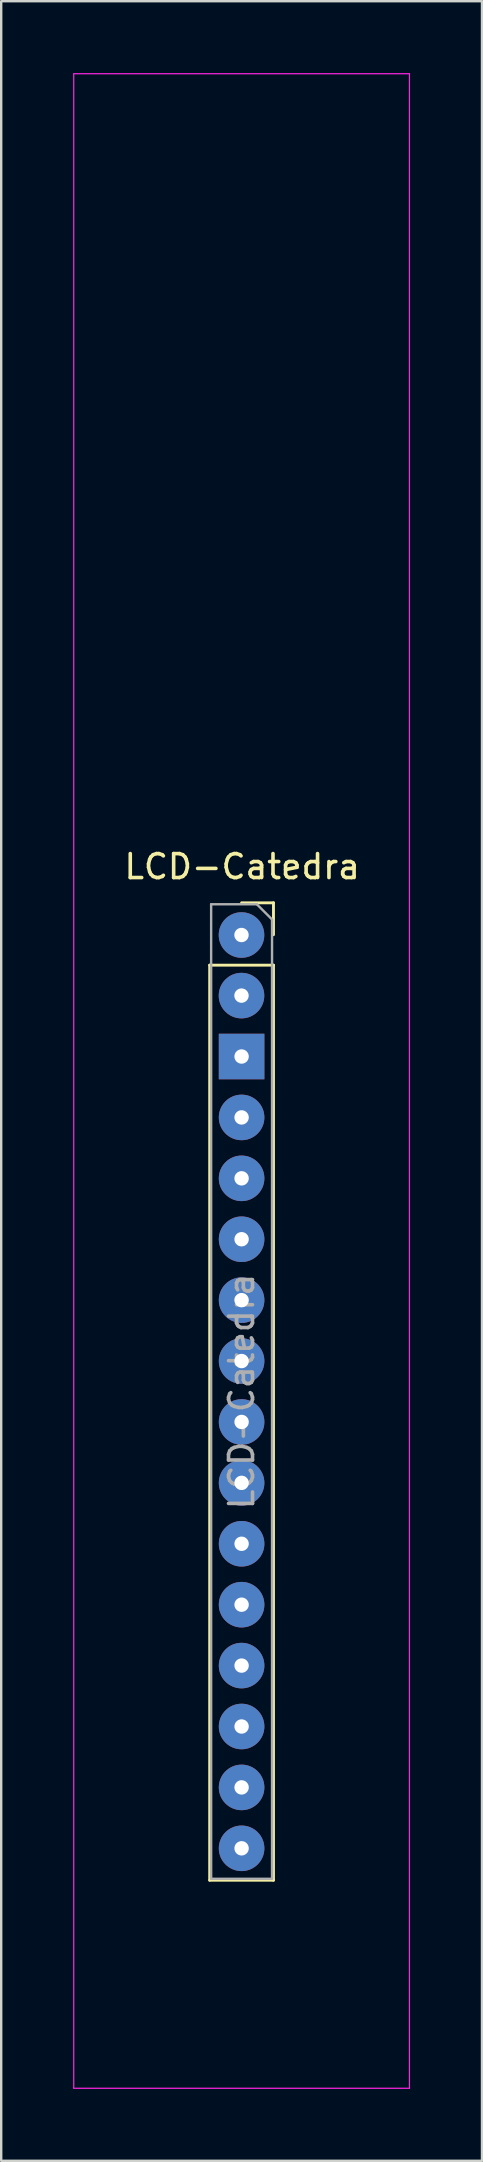
<source format=kicad_pcb>
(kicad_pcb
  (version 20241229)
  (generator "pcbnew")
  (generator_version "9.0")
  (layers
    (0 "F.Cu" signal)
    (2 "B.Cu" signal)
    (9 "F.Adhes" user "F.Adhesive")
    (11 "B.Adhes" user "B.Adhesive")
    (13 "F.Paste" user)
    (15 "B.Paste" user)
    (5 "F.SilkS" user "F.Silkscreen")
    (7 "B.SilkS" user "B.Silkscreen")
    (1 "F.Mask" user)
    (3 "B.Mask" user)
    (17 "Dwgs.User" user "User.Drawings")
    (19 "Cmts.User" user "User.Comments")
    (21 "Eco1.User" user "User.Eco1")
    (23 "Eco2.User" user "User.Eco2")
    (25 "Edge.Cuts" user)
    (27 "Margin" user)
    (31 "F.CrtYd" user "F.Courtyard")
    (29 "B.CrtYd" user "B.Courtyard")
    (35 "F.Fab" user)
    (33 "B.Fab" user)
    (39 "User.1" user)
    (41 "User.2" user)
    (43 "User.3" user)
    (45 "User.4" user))
  (footprint "LCD-Catedra"
    (layer "F.Cu")
    (at 7.025 35.966)
    (property "Reference" "LCD-Catedra" (at 0.024 -2.875 0) (layer "F.SilkS") (effects (font (size 1 1) (thickness 0.15))))
    (attr through_hole)
    (fp_line (start -1.33 1.233) (end -1.33 39.393) (stroke (width 0.12) (type solid)) (layer "F.SilkS"))
    (fp_line (start -1.33 1.233) (end 1.33 1.233) (stroke (width 0.12) (type solid)) (layer "F.SilkS"))
    (fp_line (start -1.33 39.393) (end 1.33 39.393) (stroke (width 0.12) (type solid)) (layer "F.SilkS"))
    (fp_line (start 0 -1.367) (end 1.33 -1.367) (stroke (width 0.12) (type solid)) (layer "F.SilkS"))
    (fp_line (start 1.33 -1.367) (end 1.33 -0.037) (stroke (width 0.12) (type solid)) (layer "F.SilkS"))
    (fp_line (start 1.33 1.233) (end 1.33 39.393) (stroke (width 0.12) (type solid)) (layer "F.SilkS"))
    (fp_line (start -7 -35.937) (end -7 48.063) (stroke (width 0.05) (type solid)) (layer "F.CrtYd"))
    (fp_line (start -6.998 -35.941) (end 6.998 -35.941) (stroke (width 0.05) (type solid)) (layer "F.CrtYd"))
    (fp_line (start -6.998 48.069) (end 6.998 48.069) (stroke (width 0.05) (type solid)) (layer "F.CrtYd"))
    (fp_line (start 7 -35.937) (end 7 48.063) (stroke (width 0.05) (type solid)) (layer "F.CrtYd"))
    (fp_line (start -1.27 -1.307) (end 0.635 -1.307) (stroke (width 0.1) (type solid)) (layer "F.Fab"))
    (fp_line (start -1.27 39.333) (end -1.27 -1.307) (stroke (width 0.1) (type solid)) (layer "F.Fab"))
    (fp_line (start 0.635 -1.307) (end 1.27 -0.672) (stroke (width 0.1) (type solid)) (layer "F.Fab"))
    (fp_line (start 1.27 -0.672) (end 1.27 39.333) (stroke (width 0.1) (type solid)) (layer "F.Fab"))
    (fp_line (start 1.27 39.333) (end -1.27 39.333) (stroke (width 0.1) (type solid)) (layer "F.Fab"))
    (fp_text user "${REFERENCE}" (at 0 19.013 90) (layer "F.Fab") (effects (font (size 1 1) (thickness 0.15))))
    (pad "1" thru_hole rect (at 0 5.043) (size 1.9 1.9) (drill 0.6) (layers "*.Cu" "*.Mask"))
    (pad "2" thru_hole circle (at 0 7.583) (size 1.9 1.9) (drill 0.6) (layers "*.Cu" "*.Mask"))
    (pad "3" thru_hole circle (at 0 10.123) (size 1.9 1.9) (drill 0.6) (layers "*.Cu" "*.Mask"))
    (pad "4" thru_hole circle (at 0 12.663) (size 1.9 1.9) (drill 0.6) (layers "*.Cu" "*.Mask"))
    (pad "5" thru_hole circle (at 0 15.203) (size 1.9 1.9) (drill 0.6) (layers "*.Cu" "*.Mask"))
    (pad "6" thru_hole circle (at 0 17.743) (size 1.9 1.9) (drill 0.6) (layers "*.Cu" "*.Mask"))
    (pad "7" thru_hole circle (at 0 20.283) (size 1.9 1.9) (drill 0.6) (layers "*.Cu" "*.Mask"))
    (pad "8" thru_hole circle (at 0 22.823) (size 1.9 1.9) (drill 0.6) (layers "*.Cu" "*.Mask"))
    (pad "9" thru_hole circle (at 0 25.363) (size 1.9 1.9) (drill 0.6) (layers "*.Cu" "*.Mask"))
    (pad "10" thru_hole circle (at 0 27.903) (size 1.9 1.9) (drill 0.6) (layers "*.Cu" "*.Mask"))
    (pad "11" thru_hole circle (at 0 30.443) (size 1.9 1.9) (drill 0.6) (layers "*.Cu" "*.Mask"))
    (pad "12" thru_hole circle (at 0 32.983) (size 1.9 1.9) (drill 0.6) (layers "*.Cu" "*.Mask"))
    (pad "13" thru_hole circle (at 0 35.523) (size 1.9 1.9) (drill 0.6) (layers "*.Cu" "*.Mask"))
    (pad "14" thru_hole circle (at 0 38.063) (size 1.9 1.9) (drill 0.6) (layers "*.Cu" "*.Mask"))
    (pad "15" thru_hole circle (at -0.004 -0.024) (size 1.9 1.9) (drill 0.6) (layers "*.Cu" "*.Mask"))
    (pad "16" thru_hole circle (at -0.004 2.503) (size 1.9 1.9) (drill 0.6) (layers "*.Cu" "*.Mask")))
  (gr_rect
    (start -3 -3)
    (end 17.05 87.061)
    (stroke (width 0.1) (type default))
    (fill no)
    (layer "Edge.Cuts")))
</source>
